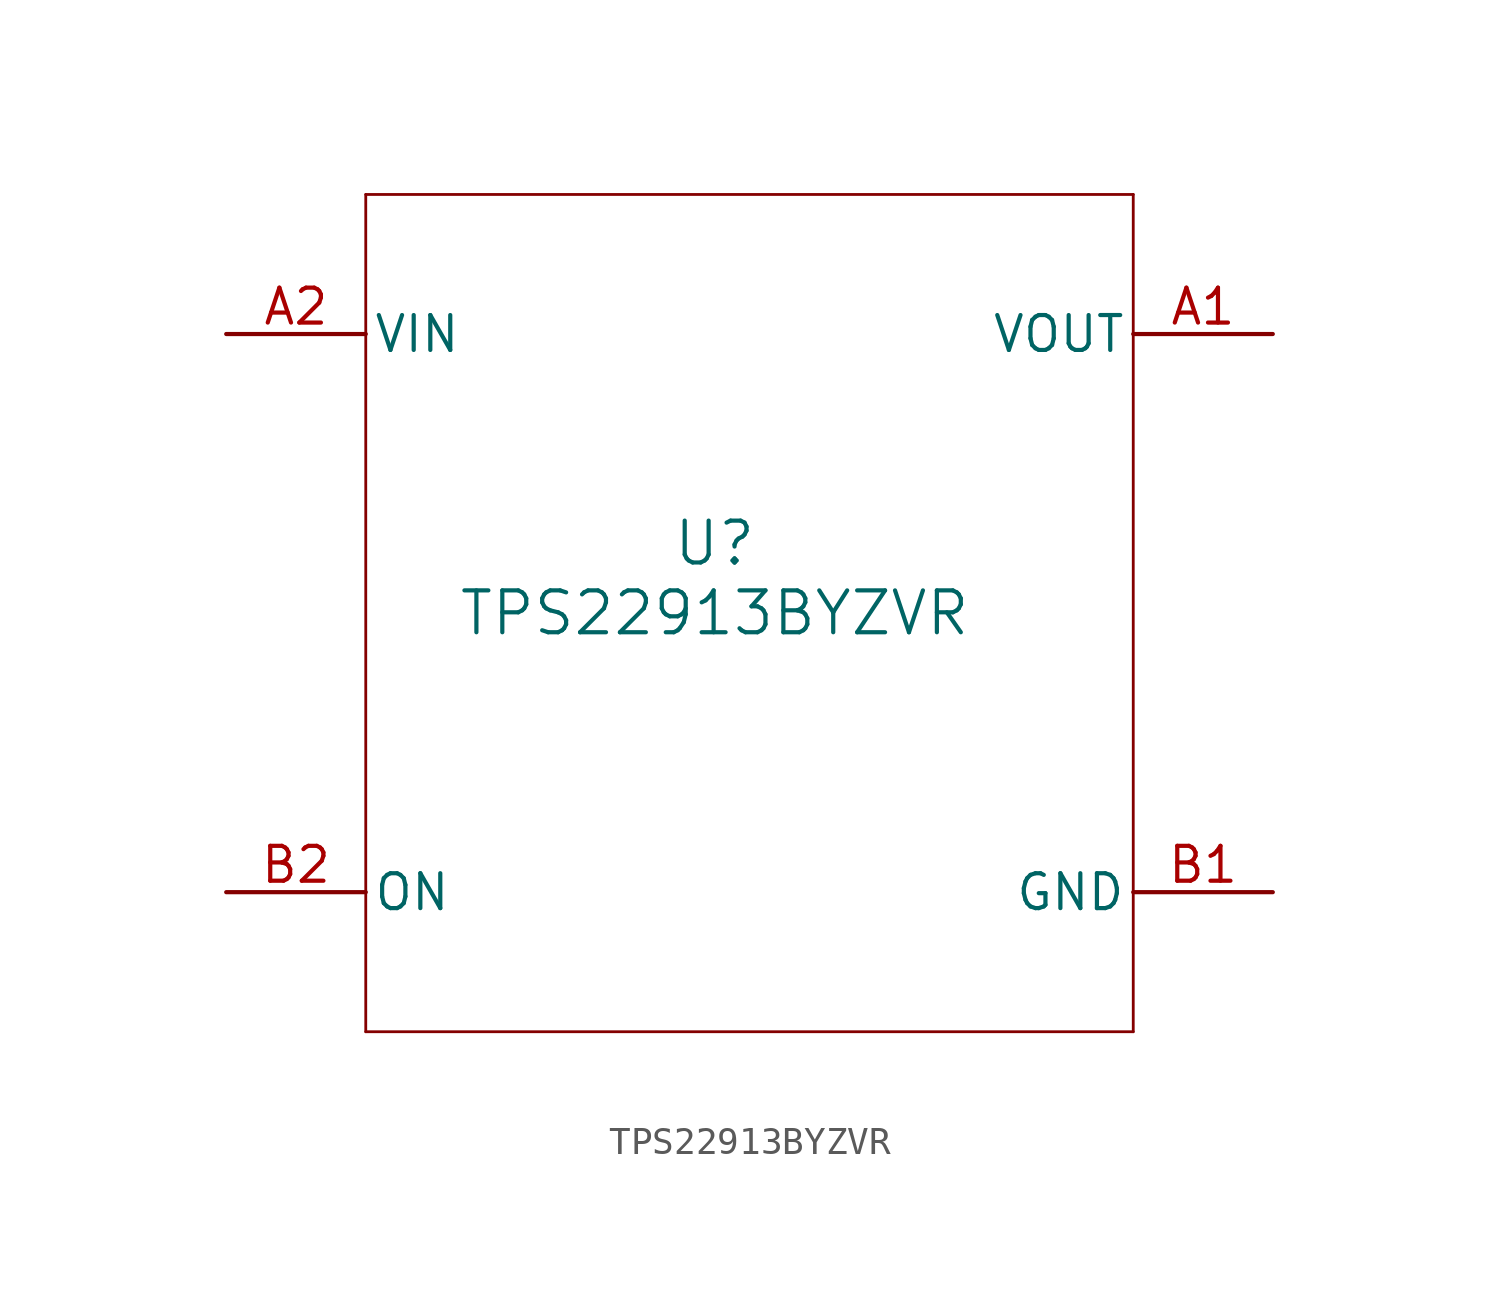
<source format=kicad_sym>
(kicad_symbol_lib
  (version 20211014)
  (generator kicad_symbol_editor)
  (symbol "TPS22913BYZVR"
    (pin_names
      (offset 0.254))
    (property "Reference" "U"
      (at 0 2.54 0)
      (effects (font (size 1.524 1.524))))
    (property "Value" "TPS22913BYZVR"
      (at 0 0 0)
      (effects (font (size 1.524 1.524))))
    (symbol "TPS22913BYZVR_0_1"
      (polyline (pts (xy -12.7 -15.24) (xy 15.24 -15.24)) (stroke (width 0.102) (type default) (color 0 0 0 0)) (fill (type none)))
      (polyline (pts (xy 15.24 -15.24) (xy 15.24 15.24)) (stroke (width 0.102) (type default) (color 0 0 0 0)) (fill (type none)))
      (polyline (pts (xy 15.24 15.24) (xy -12.7 15.24)) (stroke (width 0.102) (type default) (color 0 0 0 0)) (fill (type none)))
      (polyline (pts (xy -12.7 15.24) (xy -12.7 -15.24)) (stroke (width 0.102) (type default) (color 0 0 0 0)) (fill (type none)))
      (pin power_in line (at 20.32 10.16 180) (length 5.08) (name "VOUT" (effects (font (size 1.27 1.27)))) (number "A1" (effects (font (size 1.27 1.27)))))
      (pin power_in line (at -17.78 10.16 0) (length 5.08) (name "VIN" (effects (font (size 1.27 1.27)))) (number "A2" (effects (font (size 1.27 1.27)))))
      (pin power_in line (at 20.32 -10.16 180) (length 5.08) (name "GND" (effects (font (size 1.27 1.27)))) (number "B1" (effects (font (size 1.27 1.27)))))
      (pin input line (at -17.78 -10.16 0) (length 5.08) (name "ON" (effects (font (size 1.27 1.27)))) (number "B2" (effects (font (size 1.27 1.27))))))))
</source>
